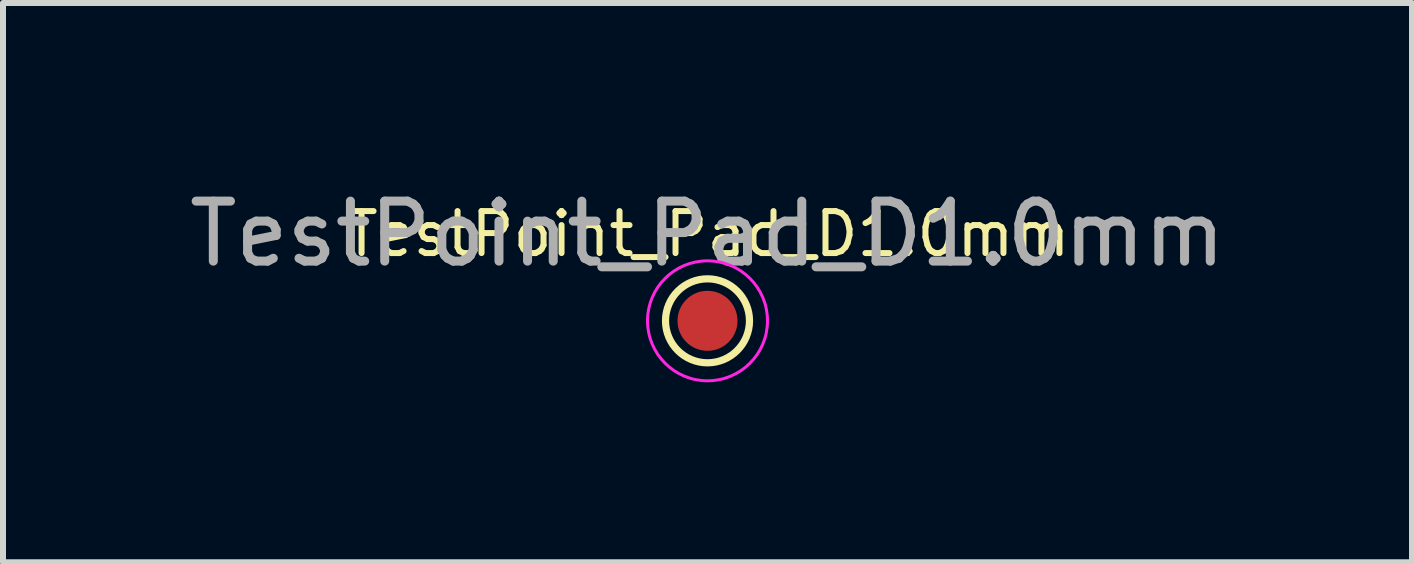
<source format=kicad_pcb>
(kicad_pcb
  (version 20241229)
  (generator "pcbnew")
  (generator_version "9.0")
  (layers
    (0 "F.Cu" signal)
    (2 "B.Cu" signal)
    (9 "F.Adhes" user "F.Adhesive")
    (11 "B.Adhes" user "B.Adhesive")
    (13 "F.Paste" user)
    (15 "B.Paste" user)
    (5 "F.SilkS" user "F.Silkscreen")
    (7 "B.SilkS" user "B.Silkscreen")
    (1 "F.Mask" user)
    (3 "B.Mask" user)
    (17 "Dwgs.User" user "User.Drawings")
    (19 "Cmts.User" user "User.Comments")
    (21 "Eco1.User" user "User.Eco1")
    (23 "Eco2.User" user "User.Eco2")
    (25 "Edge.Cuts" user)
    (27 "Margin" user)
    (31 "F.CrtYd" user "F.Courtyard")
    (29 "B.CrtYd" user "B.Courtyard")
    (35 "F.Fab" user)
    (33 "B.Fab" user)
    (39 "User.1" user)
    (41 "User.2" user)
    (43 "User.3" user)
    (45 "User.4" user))
  (footprint "TestPoint_Pad_D1.0mm"
    (layer "F.Cu")
    (at 8.744 2.298)
    (property "Reference" "TestPoint_Pad_D1.0mm" (at 0 -1.448 180) (layer "F.SilkS") (effects (font (size 0.7 0.7) (thickness 0.1))))
    (attr exclude_from_pos_files)
    (fp_circle (center 0 0) (end 0 0.7) (stroke (width 0.12) (type solid)) (fill no) (layer "F.SilkS"))
    (fp_circle (center 0 0) (end 1 0) (stroke (width 0.05) (type solid)) (fill no) (layer "F.CrtYd"))
    (fp_text user "${REFERENCE}" (at 0 -1.45 180) (layer "F.Fab") (effects (font (size 1 1) (thickness 0.15))))
    (pad "1" smd circle (at 0 0) (size 1 1) (layers "F.Cu" "F.Mask")))
  (gr_rect
    (start -3 -3)
    (end 20.488 6.323)
    (stroke (width 0.1) (type default))
    (fill no)
    (layer "Edge.Cuts")))
</source>
